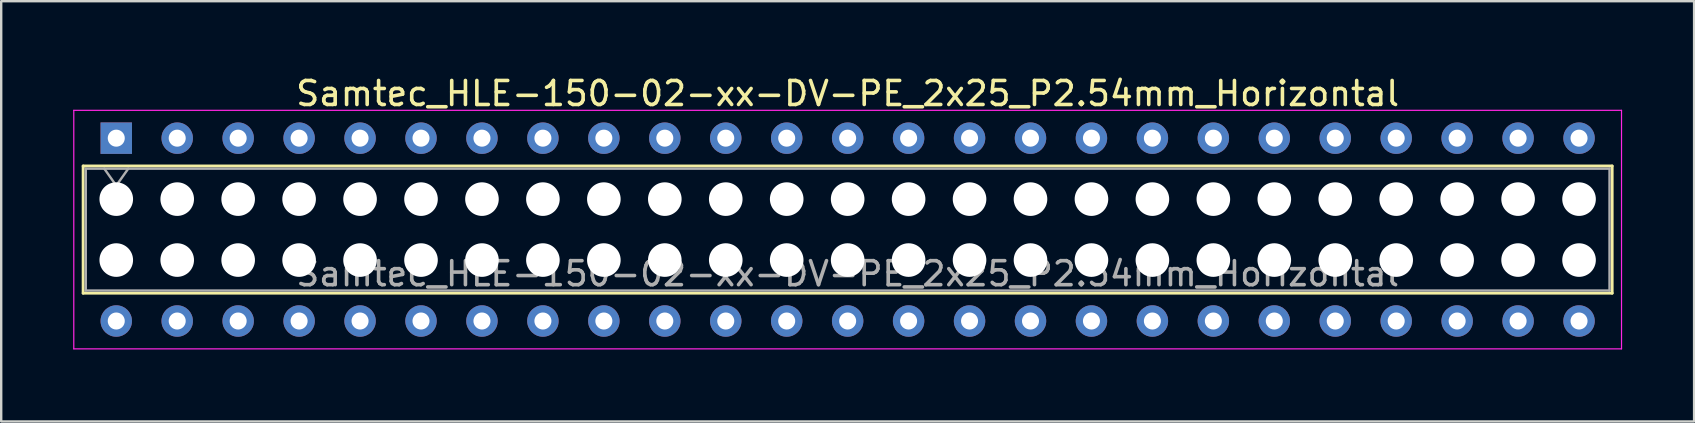
<source format=kicad_pcb>
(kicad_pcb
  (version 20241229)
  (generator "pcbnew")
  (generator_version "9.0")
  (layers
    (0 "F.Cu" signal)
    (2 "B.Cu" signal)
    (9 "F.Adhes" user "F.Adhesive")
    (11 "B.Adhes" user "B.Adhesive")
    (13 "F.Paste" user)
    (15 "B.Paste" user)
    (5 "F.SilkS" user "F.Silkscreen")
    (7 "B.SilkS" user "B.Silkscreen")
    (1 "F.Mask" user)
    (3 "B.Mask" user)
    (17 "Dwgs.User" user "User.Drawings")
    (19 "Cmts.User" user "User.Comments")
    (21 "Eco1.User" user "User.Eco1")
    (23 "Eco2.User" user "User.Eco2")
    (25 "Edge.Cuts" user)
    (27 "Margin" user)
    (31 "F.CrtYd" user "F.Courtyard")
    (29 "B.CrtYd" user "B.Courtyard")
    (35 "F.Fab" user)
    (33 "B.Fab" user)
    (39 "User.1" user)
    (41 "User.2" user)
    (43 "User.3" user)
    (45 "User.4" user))
  (footprint "Samtec_HLE-150-02-xx-DV-PE_2x25_P2.54mm_Horizontal"
    (layer "F.Cu")
    (at 1.795 2.708)
    (property "Reference" "Samtec_HLE-150-02-xx-DV-PE_2x25_P2.54mm_Horizontal" (at 30.48 -1.86 0) (layer "F.SilkS") (effects (font (size 1 1) (thickness 0.15))))
    (attr through_hole)
    (fp_line (start -1.38 1.16) (end 62.34 1.16) (stroke (width 0.12) (type solid)) (layer "F.SilkS"))
    (fp_line (start -1.38 6.46) (end -1.38 1.16) (stroke (width 0.12) (type solid)) (layer "F.SilkS"))
    (fp_line (start 62.34 1.16) (end 62.34 6.46) (stroke (width 0.12) (type solid)) (layer "F.SilkS"))
    (fp_line (start 62.34 6.46) (end -1.38 6.46) (stroke (width 0.12) (type solid)) (layer "F.SilkS"))
    (fp_line (start -1.77 -1.16) (end 62.73 -1.16) (stroke (width 0.05) (type solid)) (layer "F.CrtYd"))
    (fp_line (start -1.77 8.78) (end -1.77 -1.16) (stroke (width 0.05) (type solid)) (layer "F.CrtYd"))
    (fp_line (start 62.73 -1.16) (end 62.73 8.78) (stroke (width 0.05) (type solid)) (layer "F.CrtYd"))
    (fp_line (start 62.73 8.78) (end -1.77 8.78) (stroke (width 0.05) (type solid)) (layer "F.CrtYd"))
    (fp_line (start -1.27 1.27) (end 62.23 1.27) (stroke (width 0.1) (type solid)) (layer "F.Fab"))
    (fp_line (start -1.27 6.35) (end -1.27 1.27) (stroke (width 0.1) (type solid)) (layer "F.Fab"))
    (fp_line (start -0.5 1.27) (end 0 1.977) (stroke (width 0.1) (type solid)) (layer "F.Fab"))
    (fp_line (start 0 1.977) (end 0.5 1.27) (stroke (width 0.1) (type solid)) (layer "F.Fab"))
    (fp_line (start 62.23 1.27) (end 62.23 6.35) (stroke (width 0.1) (type solid)) (layer "F.Fab"))
    (fp_line (start 62.23 6.35) (end -1.27 6.35) (stroke (width 0.1) (type solid)) (layer "F.Fab"))
    (fp_text user "${REFERENCE}" (at 30.48 5.65 0) (layer "F.Fab") (effects (font (size 1 1) (thickness 0.15))))
    (pad "" np_thru_hole circle (at 0 2.54) (size 1.4 1.4) (drill 1.4) (layers "*.Cu" "*.Mask"))
    (pad "" np_thru_hole circle (at 0 5.08) (size 1.4 1.4) (drill 1.4) (layers "*.Cu" "*.Mask"))
    (pad "" np_thru_hole circle (at 2.54 2.54) (size 1.4 1.4) (drill 1.4) (layers "*.Cu" "*.Mask"))
    (pad "" np_thru_hole circle (at 2.54 5.08) (size 1.4 1.4) (drill 1.4) (layers "*.Cu" "*.Mask"))
    (pad "" np_thru_hole circle (at 5.08 2.54) (size 1.4 1.4) (drill 1.4) (layers "*.Cu" "*.Mask"))
    (pad "" np_thru_hole circle (at 5.08 5.08) (size 1.4 1.4) (drill 1.4) (layers "*.Cu" "*.Mask"))
    (pad "" np_thru_hole circle (at 7.62 2.54) (size 1.4 1.4) (drill 1.4) (layers "*.Cu" "*.Mask"))
    (pad "" np_thru_hole circle (at 7.62 5.08) (size 1.4 1.4) (drill 1.4) (layers "*.Cu" "*.Mask"))
    (pad "" np_thru_hole circle (at 10.16 2.54) (size 1.4 1.4) (drill 1.4) (layers "*.Cu" "*.Mask"))
    (pad "" np_thru_hole circle (at 10.16 5.08) (size 1.4 1.4) (drill 1.4) (layers "*.Cu" "*.Mask"))
    (pad "" np_thru_hole circle (at 12.7 2.54) (size 1.4 1.4) (drill 1.4) (layers "*.Cu" "*.Mask"))
    (pad "" np_thru_hole circle (at 12.7 5.08) (size 1.4 1.4) (drill 1.4) (layers "*.Cu" "*.Mask"))
    (pad "" np_thru_hole circle (at 15.24 2.54) (size 1.4 1.4) (drill 1.4) (layers "*.Cu" "*.Mask"))
    (pad "" np_thru_hole circle (at 15.24 5.08) (size 1.4 1.4) (drill 1.4) (layers "*.Cu" "*.Mask"))
    (pad "" np_thru_hole circle (at 17.78 2.54) (size 1.4 1.4) (drill 1.4) (layers "*.Cu" "*.Mask"))
    (pad "" np_thru_hole circle (at 17.78 5.08) (size 1.4 1.4) (drill 1.4) (layers "*.Cu" "*.Mask"))
    (pad "" np_thru_hole circle (at 20.32 2.54) (size 1.4 1.4) (drill 1.4) (layers "*.Cu" "*.Mask"))
    (pad "" np_thru_hole circle (at 20.32 5.08) (size 1.4 1.4) (drill 1.4) (layers "*.Cu" "*.Mask"))
    (pad "" np_thru_hole circle (at 22.86 2.54) (size 1.4 1.4) (drill 1.4) (layers "*.Cu" "*.Mask"))
    (pad "" np_thru_hole circle (at 22.86 5.08) (size 1.4 1.4) (drill 1.4) (layers "*.Cu" "*.Mask"))
    (pad "" np_thru_hole circle (at 25.4 2.54) (size 1.4 1.4) (drill 1.4) (layers "*.Cu" "*.Mask"))
    (pad "" np_thru_hole circle (at 25.4 5.08) (size 1.4 1.4) (drill 1.4) (layers "*.Cu" "*.Mask"))
    (pad "" np_thru_hole circle (at 27.94 2.54) (size 1.4 1.4) (drill 1.4) (layers "*.Cu" "*.Mask"))
    (pad "" np_thru_hole circle (at 27.94 5.08) (size 1.4 1.4) (drill 1.4) (layers "*.Cu" "*.Mask"))
    (pad "" np_thru_hole circle (at 30.48 2.54) (size 1.4 1.4) (drill 1.4) (layers "*.Cu" "*.Mask"))
    (pad "" np_thru_hole circle (at 30.48 5.08) (size 1.4 1.4) (drill 1.4) (layers "*.Cu" "*.Mask"))
    (pad "" np_thru_hole circle (at 33.02 2.54) (size 1.4 1.4) (drill 1.4) (layers "*.Cu" "*.Mask"))
    (pad "" np_thru_hole circle (at 33.02 5.08) (size 1.4 1.4) (drill 1.4) (layers "*.Cu" "*.Mask"))
    (pad "" np_thru_hole circle (at 35.56 2.54) (size 1.4 1.4) (drill 1.4) (layers "*.Cu" "*.Mask"))
    (pad "" np_thru_hole circle (at 35.56 5.08) (size 1.4 1.4) (drill 1.4) (layers "*.Cu" "*.Mask"))
    (pad "" np_thru_hole circle (at 38.1 2.54) (size 1.4 1.4) (drill 1.4) (layers "*.Cu" "*.Mask"))
    (pad "" np_thru_hole circle (at 38.1 5.08) (size 1.4 1.4) (drill 1.4) (layers "*.Cu" "*.Mask"))
    (pad "" np_thru_hole circle (at 40.64 2.54) (size 1.4 1.4) (drill 1.4) (layers "*.Cu" "*.Mask"))
    (pad "" np_thru_hole circle (at 40.64 5.08) (size 1.4 1.4) (drill 1.4) (layers "*.Cu" "*.Mask"))
    (pad "" np_thru_hole circle (at 43.18 2.54) (size 1.4 1.4) (drill 1.4) (layers "*.Cu" "*.Mask"))
    (pad "" np_thru_hole circle (at 43.18 5.08) (size 1.4 1.4) (drill 1.4) (layers "*.Cu" "*.Mask"))
    (pad "" np_thru_hole circle (at 45.72 2.54) (size 1.4 1.4) (drill 1.4) (layers "*.Cu" "*.Mask"))
    (pad "" np_thru_hole circle (at 45.72 5.08) (size 1.4 1.4) (drill 1.4) (layers "*.Cu" "*.Mask"))
    (pad "" np_thru_hole circle (at 48.26 2.54) (size 1.4 1.4) (drill 1.4) (layers "*.Cu" "*.Mask"))
    (pad "" np_thru_hole circle (at 48.26 5.08) (size 1.4 1.4) (drill 1.4) (layers "*.Cu" "*.Mask"))
    (pad "" np_thru_hole circle (at 50.8 2.54) (size 1.4 1.4) (drill 1.4) (layers "*.Cu" "*.Mask"))
    (pad "" np_thru_hole circle (at 50.8 5.08) (size 1.4 1.4) (drill 1.4) (layers "*.Cu" "*.Mask"))
    (pad "" np_thru_hole circle (at 53.34 2.54) (size 1.4 1.4) (drill 1.4) (layers "*.Cu" "*.Mask"))
    (pad "" np_thru_hole circle (at 53.34 5.08) (size 1.4 1.4) (drill 1.4) (layers "*.Cu" "*.Mask"))
    (pad "" np_thru_hole circle (at 55.88 2.54) (size 1.4 1.4) (drill 1.4) (layers "*.Cu" "*.Mask"))
    (pad "" np_thru_hole circle (at 55.88 5.08) (size 1.4 1.4) (drill 1.4) (layers "*.Cu" "*.Mask"))
    (pad "" np_thru_hole circle (at 58.42 2.54) (size 1.4 1.4) (drill 1.4) (layers "*.Cu" "*.Mask"))
    (pad "" np_thru_hole circle (at 58.42 5.08) (size 1.4 1.4) (drill 1.4) (layers "*.Cu" "*.Mask"))
    (pad "" np_thru_hole circle (at 60.96 2.54) (size 1.4 1.4) (drill 1.4) (layers "*.Cu" "*.Mask"))
    (pad "" np_thru_hole circle (at 60.96 5.08) (size 1.4 1.4) (drill 1.4) (layers "*.Cu" "*.Mask"))
    (pad "1" thru_hole rect (at 0 0) (size 1.31 1.31) (drill 0.71) (layers "*.Cu" "*.Mask"))
    (pad "2" thru_hole circle (at 0 7.62) (size 1.31 1.31) (drill 0.71) (layers "*.Cu" "*.Mask"))
    (pad "3" thru_hole circle (at 2.54 0) (size 1.31 1.31) (drill 0.71) (layers "*.Cu" "*.Mask"))
    (pad "4" thru_hole circle (at 2.54 7.62) (size 1.31 1.31) (drill 0.71) (layers "*.Cu" "*.Mask"))
    (pad "5" thru_hole circle (at 5.08 0) (size 1.31 1.31) (drill 0.71) (layers "*.Cu" "*.Mask"))
    (pad "6" thru_hole circle (at 5.08 7.62) (size 1.31 1.31) (drill 0.71) (layers "*.Cu" "*.Mask"))
    (pad "7" thru_hole circle (at 7.62 0) (size 1.31 1.31) (drill 0.71) (layers "*.Cu" "*.Mask"))
    (pad "8" thru_hole circle (at 7.62 7.62) (size 1.31 1.31) (drill 0.71) (layers "*.Cu" "*.Mask"))
    (pad "9" thru_hole circle (at 10.16 0) (size 1.31 1.31) (drill 0.71) (layers "*.Cu" "*.Mask"))
    (pad "10" thru_hole circle (at 10.16 7.62) (size 1.31 1.31) (drill 0.71) (layers "*.Cu" "*.Mask"))
    (pad "11" thru_hole circle (at 12.7 0) (size 1.31 1.31) (drill 0.71) (layers "*.Cu" "*.Mask"))
    (pad "12" thru_hole circle (at 12.7 7.62) (size 1.31 1.31) (drill 0.71) (layers "*.Cu" "*.Mask"))
    (pad "13" thru_hole circle (at 15.24 0) (size 1.31 1.31) (drill 0.71) (layers "*.Cu" "*.Mask"))
    (pad "14" thru_hole circle (at 15.24 7.62) (size 1.31 1.31) (drill 0.71) (layers "*.Cu" "*.Mask"))
    (pad "15" thru_hole circle (at 17.78 0) (size 1.31 1.31) (drill 0.71) (layers "*.Cu" "*.Mask"))
    (pad "16" thru_hole circle (at 17.78 7.62) (size 1.31 1.31) (drill 0.71) (layers "*.Cu" "*.Mask"))
    (pad "17" thru_hole circle (at 20.32 0) (size 1.31 1.31) (drill 0.71) (layers "*.Cu" "*.Mask"))
    (pad "18" thru_hole circle (at 20.32 7.62) (size 1.31 1.31) (drill 0.71) (layers "*.Cu" "*.Mask"))
    (pad "19" thru_hole circle (at 22.86 0) (size 1.31 1.31) (drill 0.71) (layers "*.Cu" "*.Mask"))
    (pad "20" thru_hole circle (at 22.86 7.62) (size 1.31 1.31) (drill 0.71) (layers "*.Cu" "*.Mask"))
    (pad "21" thru_hole circle (at 25.4 0) (size 1.31 1.31) (drill 0.71) (layers "*.Cu" "*.Mask"))
    (pad "22" thru_hole circle (at 25.4 7.62) (size 1.31 1.31) (drill 0.71) (layers "*.Cu" "*.Mask"))
    (pad "23" thru_hole circle (at 27.94 0) (size 1.31 1.31) (drill 0.71) (layers "*.Cu" "*.Mask"))
    (pad "24" thru_hole circle (at 27.94 7.62) (size 1.31 1.31) (drill 0.71) (layers "*.Cu" "*.Mask"))
    (pad "25" thru_hole circle (at 30.48 0) (size 1.31 1.31) (drill 0.71) (layers "*.Cu" "*.Mask"))
    (pad "26" thru_hole circle (at 30.48 7.62) (size 1.31 1.31) (drill 0.71) (layers "*.Cu" "*.Mask"))
    (pad "27" thru_hole circle (at 33.02 0) (size 1.31 1.31) (drill 0.71) (layers "*.Cu" "*.Mask"))
    (pad "28" thru_hole circle (at 33.02 7.62) (size 1.31 1.31) (drill 0.71) (layers "*.Cu" "*.Mask"))
    (pad "29" thru_hole circle (at 35.56 0) (size 1.31 1.31) (drill 0.71) (layers "*.Cu" "*.Mask"))
    (pad "30" thru_hole circle (at 35.56 7.62) (size 1.31 1.31) (drill 0.71) (layers "*.Cu" "*.Mask"))
    (pad "31" thru_hole circle (at 38.1 0) (size 1.31 1.31) (drill 0.71) (layers "*.Cu" "*.Mask"))
    (pad "32" thru_hole circle (at 38.1 7.62) (size 1.31 1.31) (drill 0.71) (layers "*.Cu" "*.Mask"))
    (pad "33" thru_hole circle (at 40.64 0) (size 1.31 1.31) (drill 0.71) (layers "*.Cu" "*.Mask"))
    (pad "34" thru_hole circle (at 40.64 7.62) (size 1.31 1.31) (drill 0.71) (layers "*.Cu" "*.Mask"))
    (pad "35" thru_hole circle (at 43.18 0) (size 1.31 1.31) (drill 0.71) (layers "*.Cu" "*.Mask"))
    (pad "36" thru_hole circle (at 43.18 7.62) (size 1.31 1.31) (drill 0.71) (layers "*.Cu" "*.Mask"))
    (pad "37" thru_hole circle (at 45.72 0) (size 1.31 1.31) (drill 0.71) (layers "*.Cu" "*.Mask"))
    (pad "38" thru_hole circle (at 45.72 7.62) (size 1.31 1.31) (drill 0.71) (layers "*.Cu" "*.Mask"))
    (pad "39" thru_hole circle (at 48.26 0) (size 1.31 1.31) (drill 0.71) (layers "*.Cu" "*.Mask"))
    (pad "40" thru_hole circle (at 48.26 7.62) (size 1.31 1.31) (drill 0.71) (layers "*.Cu" "*.Mask"))
    (pad "41" thru_hole circle (at 50.8 0) (size 1.31 1.31) (drill 0.71) (layers "*.Cu" "*.Mask"))
    (pad "42" thru_hole circle (at 50.8 7.62) (size 1.31 1.31) (drill 0.71) (layers "*.Cu" "*.Mask"))
    (pad "43" thru_hole circle (at 53.34 0) (size 1.31 1.31) (drill 0.71) (layers "*.Cu" "*.Mask"))
    (pad "44" thru_hole circle (at 53.34 7.62) (size 1.31 1.31) (drill 0.71) (layers "*.Cu" "*.Mask"))
    (pad "45" thru_hole circle (at 55.88 0) (size 1.31 1.31) (drill 0.71) (layers "*.Cu" "*.Mask"))
    (pad "46" thru_hole circle (at 55.88 7.62) (size 1.31 1.31) (drill 0.71) (layers "*.Cu" "*.Mask"))
    (pad "47" thru_hole circle (at 58.42 0) (size 1.31 1.31) (drill 0.71) (layers "*.Cu" "*.Mask"))
    (pad "48" thru_hole circle (at 58.42 7.62) (size 1.31 1.31) (drill 0.71) (layers "*.Cu" "*.Mask"))
    (pad "49" thru_hole circle (at 60.96 0) (size 1.31 1.31) (drill 0.71) (layers "*.Cu" "*.Mask"))
    (pad "50" thru_hole circle (at 60.96 7.62) (size 1.31 1.31) (drill 0.71) (layers "*.Cu" "*.Mask")))
  (gr_rect
    (start -3 -3)
    (end 67.55 14.513)
    (stroke (width 0.1) (type default))
    (fill no)
    (layer "Edge.Cuts")))
</source>
